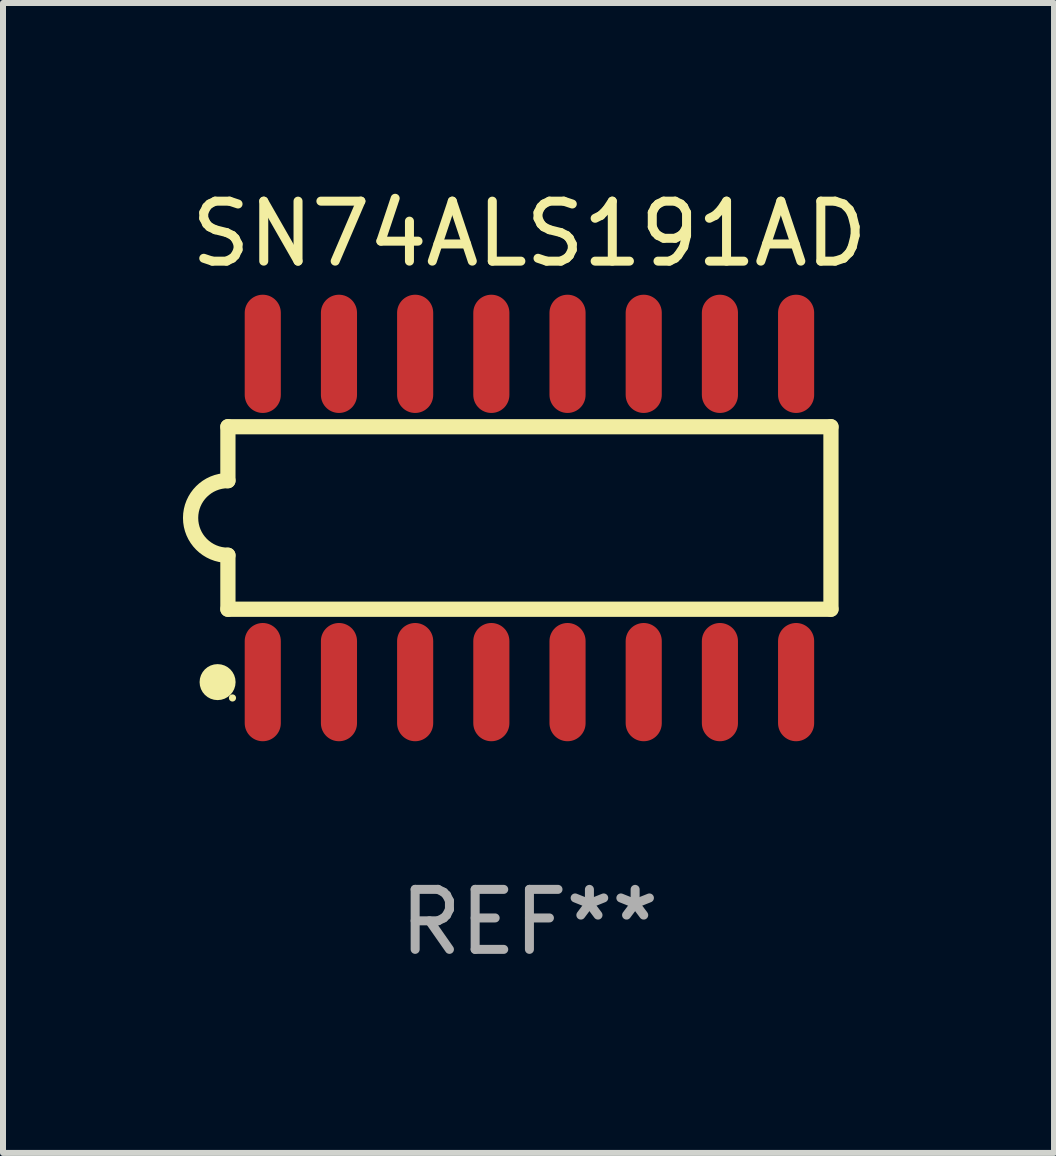
<source format=kicad_pcb>
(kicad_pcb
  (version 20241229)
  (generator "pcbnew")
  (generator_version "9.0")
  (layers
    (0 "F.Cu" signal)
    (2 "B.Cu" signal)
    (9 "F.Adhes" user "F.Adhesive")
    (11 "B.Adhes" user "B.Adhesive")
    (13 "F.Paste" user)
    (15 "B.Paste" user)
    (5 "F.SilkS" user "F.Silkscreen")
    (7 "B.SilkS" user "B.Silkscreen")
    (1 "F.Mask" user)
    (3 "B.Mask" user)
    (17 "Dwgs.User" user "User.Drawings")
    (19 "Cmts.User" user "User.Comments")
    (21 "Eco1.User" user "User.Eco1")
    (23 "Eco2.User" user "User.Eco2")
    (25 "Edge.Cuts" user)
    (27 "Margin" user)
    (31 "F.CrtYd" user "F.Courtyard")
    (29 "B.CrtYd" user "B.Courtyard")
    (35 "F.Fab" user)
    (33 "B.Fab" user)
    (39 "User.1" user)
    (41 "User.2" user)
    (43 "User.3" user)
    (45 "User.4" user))
  (footprint "SN74ALS191AD"
    (layer "F.Cu")
    (at 5.775 5.584)
    (property "Reference" "SN74ALS191AD" (at 0 -4.736 0) (layer "F.SilkS") (effects (font (size 1 1) (thickness 0.15))))
    (attr through_hole)
    (fp_line (start -5.026 -1.521) (end -5.026 -0.621) (stroke (width 0.254) (type solid)) (layer "F.SilkS"))
    (fp_line (start -5.026 -1.521) (end 5.026 -1.521) (stroke (width 0.254) (type solid)) (layer "F.SilkS"))
    (fp_line (start -5.026 1.521) (end -5.026 0.621) (stroke (width 0.254) (type solid)) (layer "F.SilkS"))
    (fp_line (start 5.026 -1.521) (end 5.026 1.521) (stroke (width 0.254) (type solid)) (layer "F.SilkS"))
    (fp_line (start 5.026 1.521) (end -5.026 1.521) (stroke (width 0.254) (type solid)) (layer "F.SilkS"))
    (fp_arc (start -5.026187 0.621387) (mid -5.647752 -0.000787) (end -5.025781 -0.622555) (stroke (width 0.254001) (type solid)) (layer "F.SilkS"))
    (fp_circle (center -5.198 2.736) (end -5.048 2.736) (stroke (width 0.3) (type solid)) (fill no) (layer "F.SilkS"))
    (fp_circle (center -4.95 3) (end -4.92 3) (stroke (width 0.06) (type solid)) (fill no) (layer "F.SilkS"))
    (fp_text user "REF**" (at 0 6.736 0) (layer "F.Fab") (effects (font (size 1 1) (thickness 0.15))))
    (pad "1" smd oval (at -4.445 2.736) (size 0.602 1.971) (layers "F.Cu" "F.Mask" "F.Paste"))
    (pad "2" smd oval (at -3.175 2.736) (size 0.602 1.971) (layers "F.Cu" "F.Mask" "F.Paste"))
    (pad "3" smd oval (at -1.905 2.736) (size 0.602 1.971) (layers "F.Cu" "F.Mask" "F.Paste"))
    (pad "4" smd oval (at -0.635 2.736) (size 0.602 1.971) (layers "F.Cu" "F.Mask" "F.Paste"))
    (pad "5" smd oval (at 0.635 2.736) (size 0.602 1.971) (layers "F.Cu" "F.Mask" "F.Paste"))
    (pad "6" smd oval (at 1.905 2.736) (size 0.602 1.971) (layers "F.Cu" "F.Mask" "F.Paste"))
    (pad "7" smd oval (at 3.175 2.736) (size 0.602 1.971) (layers "F.Cu" "F.Mask" "F.Paste"))
    (pad "8" smd oval (at 4.445 2.736) (size 0.602 1.971) (layers "F.Cu" "F.Mask" "F.Paste"))
    (pad "9" smd oval (at 4.445 -2.736) (size 0.602 1.971) (layers "F.Cu" "F.Mask" "F.Paste"))
    (pad "10" smd oval (at 3.175 -2.736) (size 0.602 1.971) (layers "F.Cu" "F.Mask" "F.Paste"))
    (pad "11" smd oval (at 1.905 -2.736) (size 0.602 1.971) (layers "F.Cu" "F.Mask" "F.Paste"))
    (pad "12" smd oval (at 0.635 -2.736) (size 0.602 1.971) (layers "F.Cu" "F.Mask" "F.Paste"))
    (pad "13" smd oval (at -0.635 -2.736) (size 0.602 1.971) (layers "F.Cu" "F.Mask" "F.Paste"))
    (pad "14" smd oval (at -1.905 -2.736) (size 0.602 1.971) (layers "F.Cu" "F.Mask" "F.Paste"))
    (pad "15" smd oval (at -3.175 -2.736) (size 0.602 1.971) (layers "F.Cu" "F.Mask" "F.Paste"))
    (pad "16" smd oval (at -4.445 -2.736) (size 0.602 1.971) (layers "F.Cu" "F.Mask" "F.Paste")))
  (gr_rect
    (start -3 -3)
    (end 14.519 16.168)
    (stroke (width 0.1) (type default))
    (fill no)
    (layer "Edge.Cuts")))
</source>
